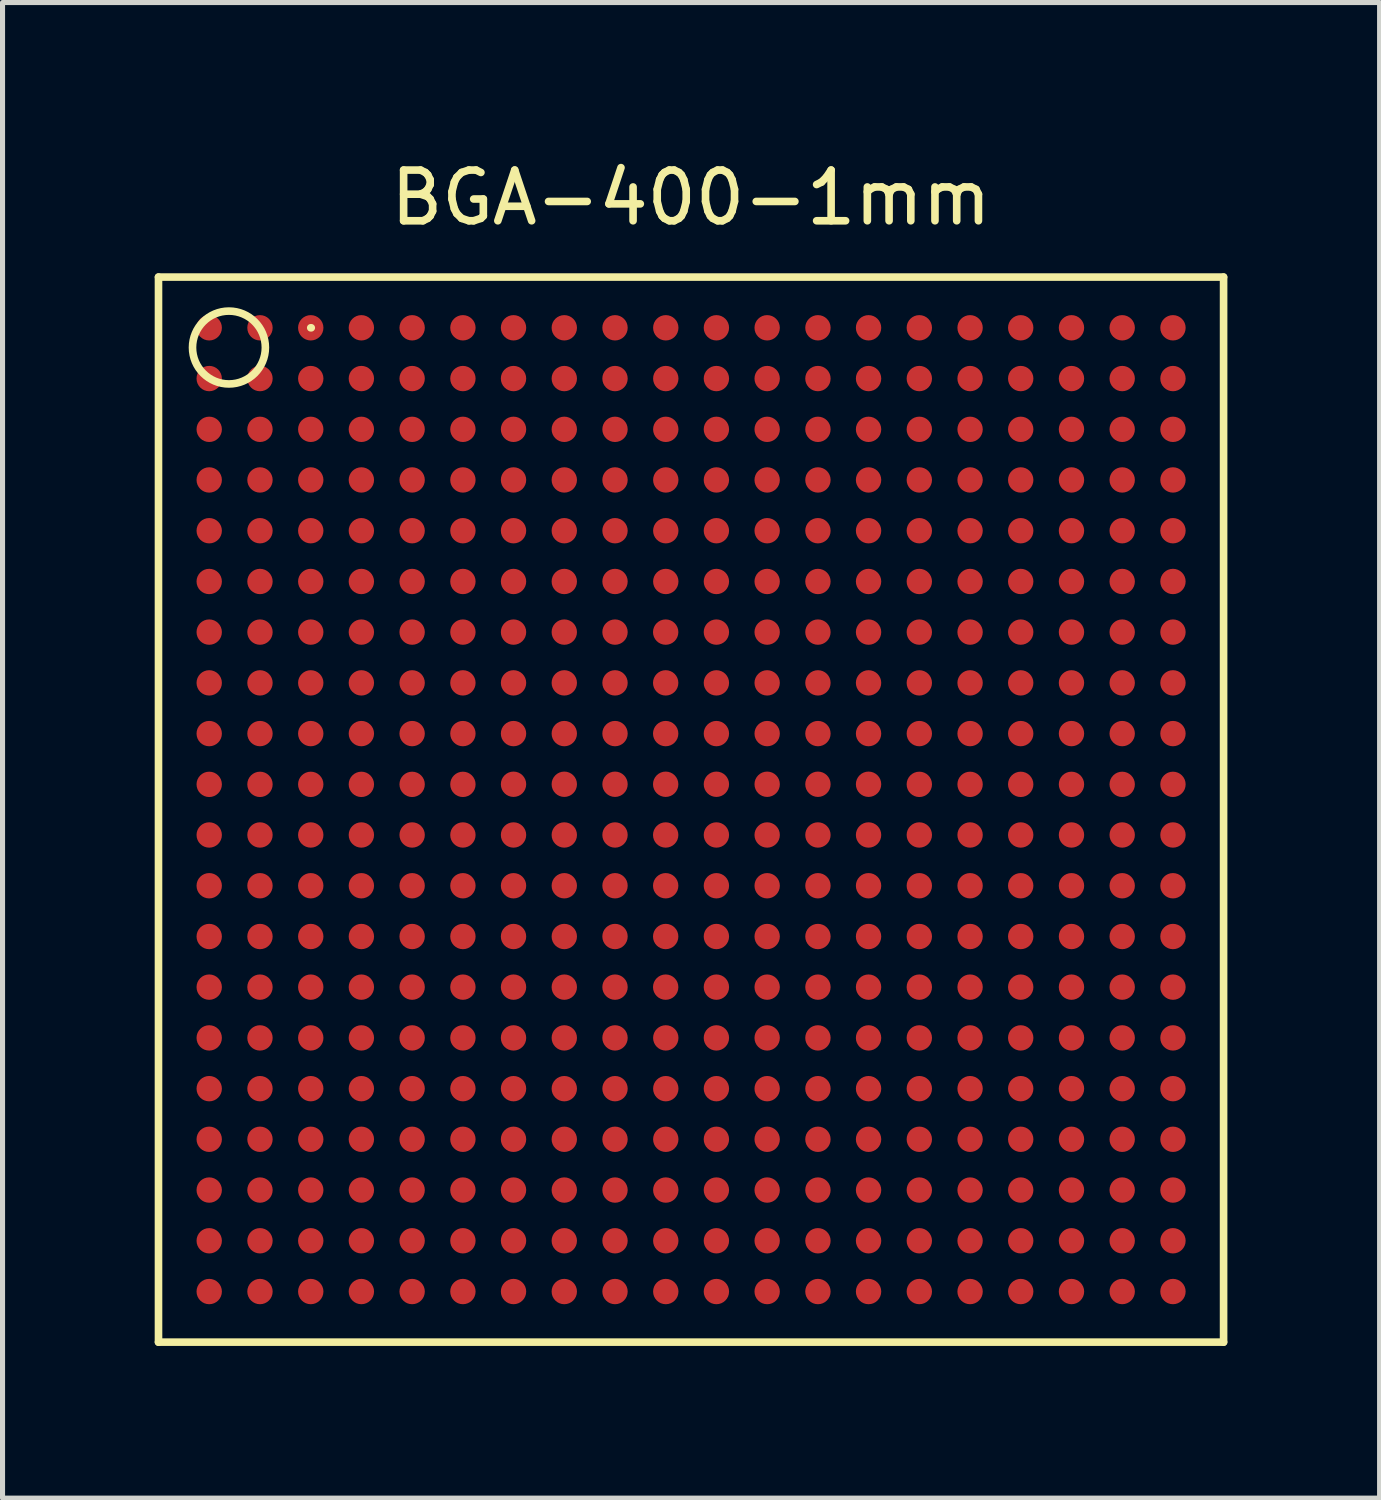
<source format=kicad_pcb>
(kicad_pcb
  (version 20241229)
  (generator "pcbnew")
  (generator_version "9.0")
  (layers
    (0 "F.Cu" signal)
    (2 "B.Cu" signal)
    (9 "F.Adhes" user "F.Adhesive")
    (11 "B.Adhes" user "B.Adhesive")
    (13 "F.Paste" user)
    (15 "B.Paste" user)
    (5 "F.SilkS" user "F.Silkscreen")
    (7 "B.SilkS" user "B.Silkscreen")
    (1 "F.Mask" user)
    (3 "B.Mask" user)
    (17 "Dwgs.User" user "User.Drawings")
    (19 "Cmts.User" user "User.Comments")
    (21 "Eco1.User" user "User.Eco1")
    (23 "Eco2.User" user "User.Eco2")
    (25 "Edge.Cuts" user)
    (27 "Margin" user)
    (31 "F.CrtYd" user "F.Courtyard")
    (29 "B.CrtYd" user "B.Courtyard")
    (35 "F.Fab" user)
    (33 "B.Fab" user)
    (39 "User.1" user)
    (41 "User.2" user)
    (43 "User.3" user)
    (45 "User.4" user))
  (footprint "BGA-400-1mm"
    (layer "F.Cu")
    (at 10.575 12.913)
    (property "Reference" "BGA-400-1mm" (at 0 -12.065 0) (layer "F.SilkS") (effects (font (size 1 1) (thickness 0.15))))
    (attr smd)
    (fp_line (start -10.5 -10.5) (end 10.5 -10.5) (stroke (width 0.15) (type solid)) (layer "F.SilkS"))
    (fp_line (start -10.5 10.5) (end -10.5 -10.5) (stroke (width 0.15) (type solid)) (layer "F.SilkS"))
    (fp_line (start -7.498 -9.5) (end -7.488 -9.5) (stroke (width 0.15) (type solid)) (layer "F.SilkS"))
    (fp_line (start 10.5 -10.5) (end 10.5 10.5) (stroke (width 0.15) (type solid)) (layer "F.SilkS"))
    (fp_line (start 10.5 10.5) (end -10.5 10.5) (stroke (width 0.15) (type solid)) (layer "F.SilkS"))
    (fp_circle (center -9.111 -9.111) (end -8.603 -9.619) (stroke (width 0.15) (type solid)) (fill no) (layer "F.SilkS"))
    (pad "A1" smd circle (at -9.5 -9.5) (size 0.5 0.5) (layers "F.Cu" "F.Mask" "F.Paste"))
    (pad "A2" smd circle (at -8.499 -9.5) (size 0.5 0.5) (layers "F.Cu" "F.Mask" "F.Paste"))
    (pad "A3" smd circle (at -7.498 -9.5) (size 0.5 0.5) (layers "F.Cu" "F.Mask" "F.Paste"))
    (pad "A4" smd circle (at -6.5 -9.5) (size 0.5 0.5) (layers "F.Cu" "F.Mask" "F.Paste"))
    (pad "A5" smd circle (at -5.499 -9.5) (size 0.5 0.5) (layers "F.Cu" "F.Mask" "F.Paste"))
    (pad "A6" smd circle (at -4.498 -9.5) (size 0.5 0.5) (layers "F.Cu" "F.Mask" "F.Paste"))
    (pad "A7" smd circle (at -3.5 -9.5) (size 0.5 0.5) (layers "F.Cu" "F.Mask" "F.Paste"))
    (pad "A8" smd circle (at -2.499 -9.5) (size 0.5 0.5) (layers "F.Cu" "F.Mask" "F.Paste"))
    (pad "A9" smd circle (at -1.499 -9.5) (size 0.5 0.5) (layers "F.Cu" "F.Mask" "F.Paste"))
    (pad "A10" smd circle (at -0.498 -9.5) (size 0.5 0.5) (layers "F.Cu" "F.Mask" "F.Paste"))
    (pad "A11" smd circle (at 0.5 -9.5) (size 0.5 0.5) (layers "F.Cu" "F.Mask" "F.Paste"))
    (pad "A12" smd circle (at 1.501 -9.5) (size 0.5 0.5) (layers "F.Cu" "F.Mask" "F.Paste"))
    (pad "A13" smd circle (at 2.502 -9.5) (size 0.5 0.5) (layers "F.Cu" "F.Mask" "F.Paste"))
    (pad "A14" smd circle (at 3.5 -9.5) (size 0.5 0.5) (layers "F.Cu" "F.Mask" "F.Paste"))
    (pad "A15" smd circle (at 4.501 -9.5) (size 0.5 0.5) (layers "F.Cu" "F.Mask" "F.Paste"))
    (pad "A16" smd circle (at 5.502 -9.5) (size 0.5 0.5) (layers "F.Cu" "F.Mask" "F.Paste"))
    (pad "A17" smd circle (at 6.5 -9.5) (size 0.5 0.5) (layers "F.Cu" "F.Mask" "F.Paste"))
    (pad "A18" smd circle (at 7.501 -9.5) (size 0.5 0.5) (layers "F.Cu" "F.Mask" "F.Paste"))
    (pad "A19" smd circle (at 8.501 -9.5) (size 0.5 0.5) (layers "F.Cu" "F.Mask" "F.Paste"))
    (pad "A20" smd circle (at 9.502 -9.5) (size 0.5 0.5) (layers "F.Cu" "F.Mask" "F.Paste"))
    (pad "B1" smd circle (at -9.5 -8.499) (size 0.5 0.5) (layers "F.Cu" "F.Mask" "F.Paste"))
    (pad "B2" smd circle (at -8.499 -8.499) (size 0.5 0.5) (layers "F.Cu" "F.Mask" "F.Paste"))
    (pad "B3" smd circle (at -7.498 -8.499) (size 0.5 0.5) (layers "F.Cu" "F.Mask" "F.Paste"))
    (pad "B4" smd circle (at -6.5 -8.499) (size 0.5 0.5) (layers "F.Cu" "F.Mask" "F.Paste"))
    (pad "B5" smd circle (at -5.499 -8.499) (size 0.5 0.5) (layers "F.Cu" "F.Mask" "F.Paste"))
    (pad "B6" smd circle (at -4.498 -8.499) (size 0.5 0.5) (layers "F.Cu" "F.Mask" "F.Paste"))
    (pad "B7" smd circle (at -3.5 -8.499) (size 0.5 0.5) (layers "F.Cu" "F.Mask" "F.Paste"))
    (pad "B8" smd circle (at -2.499 -8.499) (size 0.5 0.5) (layers "F.Cu" "F.Mask" "F.Paste"))
    (pad "B9" smd circle (at -1.499 -8.499) (size 0.5 0.5) (layers "F.Cu" "F.Mask" "F.Paste"))
    (pad "B10" smd circle (at -0.498 -8.499) (size 0.5 0.5) (layers "F.Cu" "F.Mask" "F.Paste"))
    (pad "B11" smd circle (at 0.5 -8.499) (size 0.5 0.5) (layers "F.Cu" "F.Mask" "F.Paste"))
    (pad "B12" smd circle (at 1.501 -8.499) (size 0.5 0.5) (layers "F.Cu" "F.Mask" "F.Paste"))
    (pad "B13" smd circle (at 2.502 -8.499) (size 0.5 0.5) (layers "F.Cu" "F.Mask" "F.Paste"))
    (pad "B14" smd circle (at 3.5 -8.499) (size 0.5 0.5) (layers "F.Cu" "F.Mask" "F.Paste"))
    (pad "B15" smd circle (at 4.501 -8.499) (size 0.5 0.5) (layers "F.Cu" "F.Mask" "F.Paste"))
    (pad "B16" smd circle (at 5.502 -8.499) (size 0.5 0.5) (layers "F.Cu" "F.Mask" "F.Paste"))
    (pad "B17" smd circle (at 6.5 -8.499) (size 0.5 0.5) (layers "F.Cu" "F.Mask" "F.Paste"))
    (pad "B18" smd circle (at 7.501 -8.499) (size 0.5 0.5) (layers "F.Cu" "F.Mask" "F.Paste"))
    (pad "B19" smd circle (at 8.501 -8.499) (size 0.5 0.5) (layers "F.Cu" "F.Mask" "F.Paste"))
    (pad "B20" smd circle (at 9.502 -8.499) (size 0.5 0.5) (layers "F.Cu" "F.Mask" "F.Paste"))
    (pad "C1" smd circle (at -9.5 -7.498) (size 0.5 0.5) (layers "F.Cu" "F.Mask" "F.Paste"))
    (pad "C2" smd circle (at -8.499 -7.498) (size 0.5 0.5) (layers "F.Cu" "F.Mask" "F.Paste"))
    (pad "C3" smd circle (at -7.498 -7.498) (size 0.5 0.5) (layers "F.Cu" "F.Mask" "F.Paste"))
    (pad "C4" smd circle (at -6.5 -7.498) (size 0.5 0.5) (layers "F.Cu" "F.Mask" "F.Paste"))
    (pad "C5" smd circle (at -5.499 -7.498) (size 0.5 0.5) (layers "F.Cu" "F.Mask" "F.Paste"))
    (pad "C6" smd circle (at -4.498 -7.498) (size 0.5 0.5) (layers "F.Cu" "F.Mask" "F.Paste"))
    (pad "C7" smd circle (at -3.5 -7.498) (size 0.5 0.5) (layers "F.Cu" "F.Mask" "F.Paste"))
    (pad "C8" smd circle (at -2.499 -7.498) (size 0.5 0.5) (layers "F.Cu" "F.Mask" "F.Paste"))
    (pad "C9" smd circle (at -1.499 -7.498) (size 0.5 0.5) (layers "F.Cu" "F.Mask" "F.Paste"))
    (pad "C10" smd circle (at -0.498 -7.498) (size 0.5 0.5) (layers "F.Cu" "F.Mask" "F.Paste"))
    (pad "C11" smd circle (at 0.5 -7.498) (size 0.5 0.5) (layers "F.Cu" "F.Mask" "F.Paste"))
    (pad "C12" smd circle (at 1.501 -7.498) (size 0.5 0.5) (layers "F.Cu" "F.Mask" "F.Paste"))
    (pad "C13" smd circle (at 2.502 -7.498) (size 0.5 0.5) (layers "F.Cu" "F.Mask" "F.Paste"))
    (pad "C14" smd circle (at 3.5 -7.498) (size 0.5 0.5) (layers "F.Cu" "F.Mask" "F.Paste"))
    (pad "C15" smd circle (at 4.501 -7.498) (size 0.5 0.5) (layers "F.Cu" "F.Mask" "F.Paste"))
    (pad "C16" smd circle (at 5.502 -7.498) (size 0.5 0.5) (layers "F.Cu" "F.Mask" "F.Paste"))
    (pad "C17" smd circle (at 6.5 -7.498) (size 0.5 0.5) (layers "F.Cu" "F.Mask" "F.Paste"))
    (pad "C18" smd circle (at 7.501 -7.498) (size 0.5 0.5) (layers "F.Cu" "F.Mask" "F.Paste"))
    (pad "C19" smd circle (at 8.501 -7.498) (size 0.5 0.5) (layers "F.Cu" "F.Mask" "F.Paste"))
    (pad "C20" smd circle (at 9.502 -7.498) (size 0.5 0.5) (layers "F.Cu" "F.Mask" "F.Paste"))
    (pad "D1" smd circle (at -9.5 -6.5) (size 0.5 0.5) (layers "F.Cu" "F.Mask" "F.Paste"))
    (pad "D2" smd circle (at -8.499 -6.5) (size 0.5 0.5) (layers "F.Cu" "F.Mask" "F.Paste"))
    (pad "D3" smd circle (at -7.498 -6.5) (size 0.5 0.5) (layers "F.Cu" "F.Mask" "F.Paste"))
    (pad "D4" smd circle (at -6.5 -6.5) (size 0.5 0.5) (layers "F.Cu" "F.Mask" "F.Paste"))
    (pad "D5" smd circle (at -5.499 -6.5) (size 0.5 0.5) (layers "F.Cu" "F.Mask" "F.Paste"))
    (pad "D6" smd circle (at -4.498 -6.5) (size 0.5 0.5) (layers "F.Cu" "F.Mask" "F.Paste"))
    (pad "D7" smd circle (at -3.5 -6.5) (size 0.5 0.5) (layers "F.Cu" "F.Mask" "F.Paste"))
    (pad "D8" smd circle (at -2.499 -6.5) (size 0.5 0.5) (layers "F.Cu" "F.Mask" "F.Paste"))
    (pad "D9" smd circle (at -1.499 -6.5) (size 0.5 0.5) (layers "F.Cu" "F.Mask" "F.Paste"))
    (pad "D10" smd circle (at -0.498 -6.5) (size 0.5 0.5) (layers "F.Cu" "F.Mask" "F.Paste"))
    (pad "D11" smd circle (at 0.5 -6.5) (size 0.5 0.5) (layers "F.Cu" "F.Mask" "F.Paste"))
    (pad "D12" smd circle (at 1.501 -6.5) (size 0.5 0.5) (layers "F.Cu" "F.Mask" "F.Paste"))
    (pad "D13" smd circle (at 2.502 -6.5) (size 0.5 0.5) (layers "F.Cu" "F.Mask" "F.Paste"))
    (pad "D14" smd circle (at 3.5 -6.5) (size 0.5 0.5) (layers "F.Cu" "F.Mask" "F.Paste"))
    (pad "D15" smd circle (at 4.501 -6.5) (size 0.5 0.5) (layers "F.Cu" "F.Mask" "F.Paste"))
    (pad "D16" smd circle (at 5.502 -6.5) (size 0.5 0.5) (layers "F.Cu" "F.Mask" "F.Paste"))
    (pad "D17" smd circle (at 6.5 -6.5) (size 0.5 0.5) (layers "F.Cu" "F.Mask" "F.Paste"))
    (pad "D18" smd circle (at 7.501 -6.5) (size 0.5 0.5) (layers "F.Cu" "F.Mask" "F.Paste"))
    (pad "D19" smd circle (at 8.501 -6.5) (size 0.5 0.5) (layers "F.Cu" "F.Mask" "F.Paste"))
    (pad "D20" smd circle (at 9.502 -6.5) (size 0.5 0.5) (layers "F.Cu" "F.Mask" "F.Paste"))
    (pad "E1" smd circle (at -9.5 -5.499) (size 0.5 0.5) (layers "F.Cu" "F.Mask" "F.Paste"))
    (pad "E2" smd circle (at -8.499 -5.499) (size 0.5 0.5) (layers "F.Cu" "F.Mask" "F.Paste"))
    (pad "E3" smd circle (at -7.498 -5.499) (size 0.5 0.5) (layers "F.Cu" "F.Mask" "F.Paste"))
    (pad "E4" smd circle (at -6.5 -5.499) (size 0.5 0.5) (layers "F.Cu" "F.Mask" "F.Paste"))
    (pad "E5" smd circle (at -5.499 -5.499) (size 0.5 0.5) (layers "F.Cu" "F.Mask" "F.Paste"))
    (pad "E6" smd circle (at -4.498 -5.499) (size 0.5 0.5) (layers "F.Cu" "F.Mask" "F.Paste"))
    (pad "E7" smd circle (at -3.5 -5.499) (size 0.5 0.5) (layers "F.Cu" "F.Mask" "F.Paste"))
    (pad "E8" smd circle (at -2.499 -5.499) (size 0.5 0.5) (layers "F.Cu" "F.Mask" "F.Paste"))
    (pad "E9" smd circle (at -1.499 -5.499) (size 0.5 0.5) (layers "F.Cu" "F.Mask" "F.Paste"))
    (pad "E10" smd circle (at -0.498 -5.499) (size 0.5 0.5) (layers "F.Cu" "F.Mask" "F.Paste"))
    (pad "E11" smd circle (at 0.5 -5.499) (size 0.5 0.5) (layers "F.Cu" "F.Mask" "F.Paste"))
    (pad "E12" smd circle (at 1.501 -5.499) (size 0.5 0.5) (layers "F.Cu" "F.Mask" "F.Paste"))
    (pad "E13" smd circle (at 2.502 -5.499) (size 0.5 0.5) (layers "F.Cu" "F.Mask" "F.Paste"))
    (pad "E14" smd circle (at 3.5 -5.499) (size 0.5 0.5) (layers "F.Cu" "F.Mask" "F.Paste"))
    (pad "E15" smd circle (at 4.501 -5.499) (size 0.5 0.5) (layers "F.Cu" "F.Mask" "F.Paste"))
    (pad "E16" smd circle (at 5.502 -5.499) (size 0.5 0.5) (layers "F.Cu" "F.Mask" "F.Paste"))
    (pad "E17" smd circle (at 6.5 -5.499) (size 0.5 0.5) (layers "F.Cu" "F.Mask" "F.Paste"))
    (pad "E18" smd circle (at 7.501 -5.499) (size 0.5 0.5) (layers "F.Cu" "F.Mask" "F.Paste"))
    (pad "E19" smd circle (at 8.501 -5.499) (size 0.5 0.5) (layers "F.Cu" "F.Mask" "F.Paste"))
    (pad "E20" smd circle (at 9.502 -5.499) (size 0.5 0.5) (layers "F.Cu" "F.Mask" "F.Paste"))
    (pad "F1" smd circle (at -9.5 -4.498) (size 0.5 0.5) (layers "F.Cu" "F.Mask" "F.Paste"))
    (pad "F2" smd circle (at -8.499 -4.498) (size 0.5 0.5) (layers "F.Cu" "F.Mask" "F.Paste"))
    (pad "F3" smd circle (at -7.498 -4.498) (size 0.5 0.5) (layers "F.Cu" "F.Mask" "F.Paste"))
    (pad "F4" smd circle (at -6.5 -4.498) (size 0.5 0.5) (layers "F.Cu" "F.Mask" "F.Paste"))
    (pad "F5" smd circle (at -5.499 -4.498) (size 0.5 0.5) (layers "F.Cu" "F.Mask" "F.Paste"))
    (pad "F6" smd circle (at -4.498 -4.498) (size 0.5 0.5) (layers "F.Cu" "F.Mask" "F.Paste"))
    (pad "F7" smd circle (at -3.5 -4.498) (size 0.5 0.5) (layers "F.Cu" "F.Mask" "F.Paste"))
    (pad "F8" smd circle (at -2.499 -4.498) (size 0.5 0.5) (layers "F.Cu" "F.Mask" "F.Paste"))
    (pad "F9" smd circle (at -1.499 -4.498) (size 0.5 0.5) (layers "F.Cu" "F.Mask" "F.Paste"))
    (pad "F10" smd circle (at -0.498 -4.498) (size 0.5 0.5) (layers "F.Cu" "F.Mask" "F.Paste"))
    (pad "F11" smd circle (at 0.5 -4.498) (size 0.5 0.5) (layers "F.Cu" "F.Mask" "F.Paste"))
    (pad "F12" smd circle (at 1.501 -4.498) (size 0.5 0.5) (layers "F.Cu" "F.Mask" "F.Paste"))
    (pad "F13" smd circle (at 2.502 -4.498) (size 0.5 0.5) (layers "F.Cu" "F.Mask" "F.Paste"))
    (pad "F14" smd circle (at 3.5 -4.498) (size 0.5 0.5) (layers "F.Cu" "F.Mask" "F.Paste"))
    (pad "F15" smd circle (at 4.501 -4.498) (size 0.5 0.5) (layers "F.Cu" "F.Mask" "F.Paste"))
    (pad "F16" smd circle (at 5.502 -4.498) (size 0.5 0.5) (layers "F.Cu" "F.Mask" "F.Paste"))
    (pad "F17" smd circle (at 6.5 -4.498) (size 0.5 0.5) (layers "F.Cu" "F.Mask" "F.Paste"))
    (pad "F18" smd circle (at 7.501 -4.498) (size 0.5 0.5) (layers "F.Cu" "F.Mask" "F.Paste"))
    (pad "F19" smd circle (at 8.501 -4.498) (size 0.5 0.5) (layers "F.Cu" "F.Mask" "F.Paste"))
    (pad "F20" smd circle (at 9.502 -4.498) (size 0.5 0.5) (layers "F.Cu" "F.Mask" "F.Paste"))
    (pad "G1" smd circle (at -9.5 -3.5) (size 0.5 0.5) (layers "F.Cu" "F.Mask" "F.Paste"))
    (pad "G2" smd circle (at -8.499 -3.5) (size 0.5 0.5) (layers "F.Cu" "F.Mask" "F.Paste"))
    (pad "G3" smd circle (at -7.498 -3.5) (size 0.5 0.5) (layers "F.Cu" "F.Mask" "F.Paste"))
    (pad "G4" smd circle (at -6.5 -3.5) (size 0.5 0.5) (layers "F.Cu" "F.Mask" "F.Paste"))
    (pad "G5" smd circle (at -5.499 -3.5) (size 0.5 0.5) (layers "F.Cu" "F.Mask" "F.Paste"))
    (pad "G6" smd circle (at -4.498 -3.5) (size 0.5 0.5) (layers "F.Cu" "F.Mask" "F.Paste"))
    (pad "G7" smd circle (at -3.5 -3.5) (size 0.5 0.5) (layers "F.Cu" "F.Mask" "F.Paste"))
    (pad "G8" smd circle (at -2.499 -3.5) (size 0.5 0.5) (layers "F.Cu" "F.Mask" "F.Paste"))
    (pad "G9" smd circle (at -1.499 -3.5) (size 0.5 0.5) (layers "F.Cu" "F.Mask" "F.Paste"))
    (pad "G10" smd circle (at -0.5 -3.5) (size 0.5 0.5) (layers "F.Cu" "F.Mask" "F.Paste"))
    (pad "G11" smd circle (at 0.5 -3.5) (size 0.5 0.5) (layers "F.Cu" "F.Mask" "F.Paste"))
    (pad "G12" smd circle (at 1.501 -3.5) (size 0.5 0.5) (layers "F.Cu" "F.Mask" "F.Paste"))
    (pad "G13" smd circle (at 2.502 -3.5) (size 0.5 0.5) (layers "F.Cu" "F.Mask" "F.Paste"))
    (pad "G14" smd circle (at 3.5 -3.5) (size 0.5 0.5) (layers "F.Cu" "F.Mask" "F.Paste"))
    (pad "G15" smd circle (at 4.501 -3.5) (size 0.5 0.5) (layers "F.Cu" "F.Mask" "F.Paste"))
    (pad "G16" smd circle (at 5.502 -3.5) (size 0.5 0.5) (layers "F.Cu" "F.Mask" "F.Paste"))
    (pad "G17" smd circle (at 6.5 -3.5) (size 0.5 0.5) (layers "F.Cu" "F.Mask" "F.Paste"))
    (pad "G18" smd circle (at 7.501 -3.5) (size 0.5 0.5) (layers "F.Cu" "F.Mask" "F.Paste"))
    (pad "G19" smd circle (at 8.501 -3.5) (size 0.5 0.5) (layers "F.Cu" "F.Mask" "F.Paste"))
    (pad "G20" smd circle (at 9.502 -3.5) (size 0.5 0.5) (layers "F.Cu" "F.Mask" "F.Paste"))
    (pad "H1" smd circle (at -9.5 -2.499) (size 0.5 0.5) (layers "F.Cu" "F.Mask" "F.Paste"))
    (pad "H2" smd circle (at -8.499 -2.499) (size 0.5 0.5) (layers "F.Cu" "F.Mask" "F.Paste"))
    (pad "H3" smd circle (at -7.498 -2.499) (size 0.5 0.5) (layers "F.Cu" "F.Mask" "F.Paste"))
    (pad "H4" smd circle (at -6.5 -2.499) (size 0.5 0.5) (layers "F.Cu" "F.Mask" "F.Paste"))
    (pad "H5" smd circle (at -5.499 -2.499) (size 0.5 0.5) (layers "F.Cu" "F.Mask" "F.Paste"))
    (pad "H6" smd circle (at -4.498 -2.499) (size 0.5 0.5) (layers "F.Cu" "F.Mask" "F.Paste"))
    (pad "H7" smd circle (at -3.5 -2.499) (size 0.5 0.5) (layers "F.Cu" "F.Mask" "F.Paste"))
    (pad "H8" smd circle (at -2.499 -2.499) (size 0.5 0.5) (layers "F.Cu" "F.Mask" "F.Paste"))
    (pad "H9" smd circle (at -1.499 -2.499) (size 0.5 0.5) (layers "F.Cu" "F.Mask" "F.Paste"))
    (pad "H10" smd circle (at -0.5 -2.499) (size 0.5 0.5) (layers "F.Cu" "F.Mask" "F.Paste"))
    (pad "H11" smd circle (at 0.5 -2.499) (size 0.5 0.5) (layers "F.Cu" "F.Mask" "F.Paste"))
    (pad "H12" smd circle (at 1.501 -2.499) (size 0.5 0.5) (layers "F.Cu" "F.Mask" "F.Paste"))
    (pad "H13" smd circle (at 2.502 -2.499) (size 0.5 0.5) (layers "F.Cu" "F.Mask" "F.Paste"))
    (pad "H14" smd circle (at 3.5 -2.499) (size 0.5 0.5) (layers "F.Cu" "F.Mask" "F.Paste"))
    (pad "H15" smd circle (at 4.501 -2.499) (size 0.5 0.5) (layers "F.Cu" "F.Mask" "F.Paste"))
    (pad "H16" smd circle (at 5.502 -2.499) (size 0.5 0.5) (layers "F.Cu" "F.Mask" "F.Paste"))
    (pad "H17" smd circle (at 6.5 -2.499) (size 0.5 0.5) (layers "F.Cu" "F.Mask" "F.Paste"))
    (pad "H18" smd circle (at 7.501 -2.499) (size 0.5 0.5) (layers "F.Cu" "F.Mask" "F.Paste"))
    (pad "H19" smd circle (at 8.501 -2.499) (size 0.5 0.5) (layers "F.Cu" "F.Mask" "F.Paste"))
    (pad "H20" smd circle (at 9.502 -2.499) (size 0.5 0.5) (layers "F.Cu" "F.Mask" "F.Paste"))
    (pad "J1" smd circle (at -9.5 -1.499) (size 0.5 0.5) (layers "F.Cu" "F.Mask" "F.Paste"))
    (pad "J2" smd circle (at -8.499 -1.499) (size 0.5 0.5) (layers "F.Cu" "F.Mask" "F.Paste"))
    (pad "J3" smd circle (at -7.498 -1.499) (size 0.5 0.5) (layers "F.Cu" "F.Mask" "F.Paste"))
    (pad "J4" smd circle (at -6.5 -1.499) (size 0.5 0.5) (layers "F.Cu" "F.Mask" "F.Paste"))
    (pad "J5" smd circle (at -5.499 -1.499) (size 0.5 0.5) (layers "F.Cu" "F.Mask" "F.Paste"))
    (pad "J6" smd circle (at -4.498 -1.499) (size 0.5 0.5) (layers "F.Cu" "F.Mask" "F.Paste"))
    (pad "J7" smd circle (at -3.5 -1.499) (size 0.5 0.5) (layers "F.Cu" "F.Mask" "F.Paste"))
    (pad "J8" smd circle (at -2.499 -1.499) (size 0.5 0.5) (layers "F.Cu" "F.Mask" "F.Paste"))
    (pad "J9" smd circle (at -1.499 -1.499) (size 0.5 0.5) (layers "F.Cu" "F.Mask" "F.Paste"))
    (pad "J10" smd circle (at -0.5 -1.499) (size 0.5 0.5) (layers "F.Cu" "F.Mask" "F.Paste"))
    (pad "J11" smd circle (at 0.5 -1.499) (size 0.5 0.5) (layers "F.Cu" "F.Mask" "F.Paste"))
    (pad "J12" smd circle (at 1.501 -1.499) (size 0.5 0.5) (layers "F.Cu" "F.Mask" "F.Paste"))
    (pad "J13" smd circle (at 2.502 -1.499) (size 0.5 0.5) (layers "F.Cu" "F.Mask" "F.Paste"))
    (pad "J14" smd circle (at 3.5 -1.499) (size 0.5 0.5) (layers "F.Cu" "F.Mask" "F.Paste"))
    (pad "J15" smd circle (at 4.501 -1.499) (size 0.5 0.5) (layers "F.Cu" "F.Mask" "F.Paste"))
    (pad "J16" smd circle (at 5.502 -1.499) (size 0.5 0.5) (layers "F.Cu" "F.Mask" "F.Paste"))
    (pad "J17" smd circle (at 6.5 -1.499) (size 0.5 0.5) (layers "F.Cu" "F.Mask" "F.Paste"))
    (pad "J18" smd circle (at 7.501 -1.499) (size 0.5 0.5) (layers "F.Cu" "F.Mask" "F.Paste"))
    (pad "J19" smd circle (at 8.501 -1.499) (size 0.5 0.5) (layers "F.Cu" "F.Mask" "F.Paste"))
    (pad "J20" smd circle (at 9.502 -1.499) (size 0.5 0.5) (layers "F.Cu" "F.Mask" "F.Paste"))
    (pad "K1" smd circle (at -9.5 -0.498) (size 0.5 0.5) (layers "F.Cu" "F.Mask" "F.Paste"))
    (pad "K2" smd circle (at -8.499 -0.498) (size 0.5 0.5) (layers "F.Cu" "F.Mask" "F.Paste"))
    (pad "K3" smd circle (at -7.498 -0.498) (size 0.5 0.5) (layers "F.Cu" "F.Mask" "F.Paste"))
    (pad "K4" smd circle (at -6.5 -0.498) (size 0.5 0.5) (layers "F.Cu" "F.Mask" "F.Paste"))
    (pad "K5" smd circle (at -5.499 -0.498) (size 0.5 0.5) (layers "F.Cu" "F.Mask" "F.Paste"))
    (pad "K6" smd circle (at -4.498 -0.498) (size 0.5 0.5) (layers "F.Cu" "F.Mask" "F.Paste"))
    (pad "K7" smd circle (at -3.5 -0.5) (size 0.5 0.5) (layers "F.Cu" "F.Mask" "F.Paste"))
    (pad "K8" smd circle (at -2.499 -0.5) (size 0.5 0.5) (layers "F.Cu" "F.Mask" "F.Paste"))
    (pad "K9" smd circle (at -1.499 -0.5) (size 0.5 0.5) (layers "F.Cu" "F.Mask" "F.Paste"))
    (pad "K10" smd circle (at -0.5 -0.5) (size 0.5 0.5) (layers "F.Cu" "F.Mask" "F.Paste"))
    (pad "K11" smd circle (at 0.5 -0.5) (size 0.5 0.5) (layers "F.Cu" "F.Mask" "F.Paste"))
    (pad "K12" smd circle (at 1.501 -0.5) (size 0.5 0.5) (layers "F.Cu" "F.Mask" "F.Paste"))
    (pad "K13" smd circle (at 2.502 -0.5) (size 0.5 0.5) (layers "F.Cu" "F.Mask" "F.Paste"))
    (pad "K14" smd circle (at 3.5 -0.5) (size 0.5 0.5) (layers "F.Cu" "F.Mask" "F.Paste"))
    (pad "K15" smd circle (at 4.501 -0.498) (size 0.5 0.5) (layers "F.Cu" "F.Mask" "F.Paste"))
    (pad "K16" smd circle (at 5.502 -0.498) (size 0.5 0.5) (layers "F.Cu" "F.Mask" "F.Paste"))
    (pad "K17" smd circle (at 6.5 -0.498) (size 0.5 0.5) (layers "F.Cu" "F.Mask" "F.Paste"))
    (pad "K18" smd circle (at 7.501 -0.498) (size 0.5 0.5) (layers "F.Cu" "F.Mask" "F.Paste"))
    (pad "K19" smd circle (at 8.501 -0.498) (size 0.5 0.5) (layers "F.Cu" "F.Mask" "F.Paste"))
    (pad "K20" smd circle (at 9.502 -0.498) (size 0.5 0.5) (layers "F.Cu" "F.Mask" "F.Paste"))
    (pad "L1" smd circle (at -9.5 0.5) (size 0.5 0.5) (layers "F.Cu" "F.Mask" "F.Paste"))
    (pad "L2" smd circle (at -8.499 0.5) (size 0.5 0.5) (layers "F.Cu" "F.Mask" "F.Paste"))
    (pad "L3" smd circle (at -7.498 0.5) (size 0.5 0.5) (layers "F.Cu" "F.Mask" "F.Paste"))
    (pad "L4" smd circle (at -6.5 0.5) (size 0.5 0.5) (layers "F.Cu" "F.Mask" "F.Paste"))
    (pad "L5" smd circle (at -5.499 0.5) (size 0.5 0.5) (layers "F.Cu" "F.Mask" "F.Paste"))
    (pad "L6" smd circle (at -4.498 0.5) (size 0.5 0.5) (layers "F.Cu" "F.Mask" "F.Paste"))
    (pad "L7" smd circle (at -3.5 0.5) (size 0.5 0.5) (layers "F.Cu" "F.Mask" "F.Paste"))
    (pad "L8" smd circle (at -2.499 0.5) (size 0.5 0.5) (layers "F.Cu" "F.Mask" "F.Paste"))
    (pad "L9" smd circle (at -1.499 0.5) (size 0.5 0.5) (layers "F.Cu" "F.Mask" "F.Paste"))
    (pad "L10" smd circle (at -0.5 0.5) (size 0.5 0.5) (layers "F.Cu" "F.Mask" "F.Paste"))
    (pad "L11" smd circle (at 0.5 0.5) (size 0.5 0.5) (layers "F.Cu" "F.Mask" "F.Paste"))
    (pad "L12" smd circle (at 1.501 0.5) (size 0.5 0.5) (layers "F.Cu" "F.Mask" "F.Paste"))
    (pad "L13" smd circle (at 2.502 0.5) (size 0.5 0.5) (layers "F.Cu" "F.Mask" "F.Paste"))
    (pad "L14" smd circle (at 3.5 0.5) (size 0.5 0.5) (layers "F.Cu" "F.Mask" "F.Paste"))
    (pad "L15" smd circle (at 4.501 0.5) (size 0.5 0.5) (layers "F.Cu" "F.Mask" "F.Paste"))
    (pad "L16" smd circle (at 5.502 0.5) (size 0.5 0.5) (layers "F.Cu" "F.Mask" "F.Paste"))
    (pad "L17" smd circle (at 6.5 0.5) (size 0.5 0.5) (layers "F.Cu" "F.Mask" "F.Paste"))
    (pad "L18" smd circle (at 7.501 0.5) (size 0.5 0.5) (layers "F.Cu" "F.Mask" "F.Paste"))
    (pad "L19" smd circle (at 8.501 0.5) (size 0.5 0.5) (layers "F.Cu" "F.Mask" "F.Paste"))
    (pad "L20" smd circle (at 9.502 0.5) (size 0.5 0.5) (layers "F.Cu" "F.Mask" "F.Paste"))
    (pad "M1" smd circle (at -9.5 1.501) (size 0.5 0.5) (layers "F.Cu" "F.Mask" "F.Paste"))
    (pad "M2" smd circle (at -8.499 1.501) (size 0.5 0.5) (layers "F.Cu" "F.Mask" "F.Paste"))
    (pad "M3" smd circle (at -7.498 1.501) (size 0.5 0.5) (layers "F.Cu" "F.Mask" "F.Paste"))
    (pad "M4" smd circle (at -6.5 1.501) (size 0.5 0.5) (layers "F.Cu" "F.Mask" "F.Paste"))
    (pad "M5" smd circle (at -5.499 1.501) (size 0.5 0.5) (layers "F.Cu" "F.Mask" "F.Paste"))
    (pad "M6" smd circle (at -4.498 1.501) (size 0.5 0.5) (layers "F.Cu" "F.Mask" "F.Paste"))
    (pad "M7" smd circle (at -3.5 1.501) (size 0.5 0.5) (layers "F.Cu" "F.Mask" "F.Paste"))
    (pad "M8" smd circle (at -2.499 1.501) (size 0.5 0.5) (layers "F.Cu" "F.Mask" "F.Paste"))
    (pad "M9" smd circle (at -1.499 1.501) (size 0.5 0.5) (layers "F.Cu" "F.Mask" "F.Paste"))
    (pad "M10" smd circle (at -0.5 1.501) (size 0.5 0.5) (layers "F.Cu" "F.Mask" "F.Paste"))
    (pad "M11" smd circle (at 0.5 1.501) (size 0.5 0.5) (layers "F.Cu" "F.Mask" "F.Paste"))
    (pad "M12" smd circle (at 1.501 1.501) (size 0.5 0.5) (layers "F.Cu" "F.Mask" "F.Paste"))
    (pad "M13" smd circle (at 2.502 1.501) (size 0.5 0.5) (layers "F.Cu" "F.Mask" "F.Paste"))
    (pad "M14" smd circle (at 3.5 1.501) (size 0.5 0.5) (layers "F.Cu" "F.Mask" "F.Paste"))
    (pad "M15" smd circle (at 4.501 1.501) (size 0.5 0.5) (layers "F.Cu" "F.Mask" "F.Paste"))
    (pad "M16" smd circle (at 5.502 1.501) (size 0.5 0.5) (layers "F.Cu" "F.Mask" "F.Paste"))
    (pad "M17" smd circle (at 6.5 1.501) (size 0.5 0.5) (layers "F.Cu" "F.Mask" "F.Paste"))
    (pad "M18" smd circle (at 7.501 1.501) (size 0.5 0.5) (layers "F.Cu" "F.Mask" "F.Paste"))
    (pad "M19" smd circle (at 8.501 1.501) (size 0.5 0.5) (layers "F.Cu" "F.Mask" "F.Paste"))
    (pad "M20" smd circle (at 9.502 1.501) (size 0.5 0.5) (layers "F.Cu" "F.Mask" "F.Paste"))
    (pad "N1" smd circle (at -9.5 2.502) (size 0.5 0.5) (layers "F.Cu" "F.Mask" "F.Paste"))
    (pad "N2" smd circle (at -8.499 2.502) (size 0.5 0.5) (layers "F.Cu" "F.Mask" "F.Paste"))
    (pad "N3" smd circle (at -7.498 2.502) (size 0.5 0.5) (layers "F.Cu" "F.Mask" "F.Paste"))
    (pad "N4" smd circle (at -6.5 2.502) (size 0.5 0.5) (layers "F.Cu" "F.Mask" "F.Paste"))
    (pad "N5" smd circle (at -5.499 2.502) (size 0.5 0.5) (layers "F.Cu" "F.Mask" "F.Paste"))
    (pad "N6" smd circle (at -4.498 2.502) (size 0.5 0.5) (layers "F.Cu" "F.Mask" "F.Paste"))
    (pad "N7" smd circle (at -3.5 2.502) (size 0.5 0.5) (layers "F.Cu" "F.Mask" "F.Paste"))
    (pad "N8" smd circle (at -2.499 2.502) (size 0.5 0.5) (layers "F.Cu" "F.Mask" "F.Paste"))
    (pad "N9" smd circle (at -1.499 2.502) (size 0.5 0.5) (layers "F.Cu" "F.Mask" "F.Paste"))
    (pad "N10" smd circle (at -0.5 2.502) (size 0.5 0.5) (layers "F.Cu" "F.Mask" "F.Paste"))
    (pad "N11" smd circle (at 0.5 2.502) (size 0.5 0.5) (layers "F.Cu" "F.Mask" "F.Paste"))
    (pad "N12" smd circle (at 1.501 2.502) (size 0.5 0.5) (layers "F.Cu" "F.Mask" "F.Paste"))
    (pad "N13" smd circle (at 2.502 2.502) (size 0.5 0.5) (layers "F.Cu" "F.Mask" "F.Paste"))
    (pad "N14" smd circle (at 3.5 2.502) (size 0.5 0.5) (layers "F.Cu" "F.Mask" "F.Paste"))
    (pad "N15" smd circle (at 4.501 2.502) (size 0.5 0.5) (layers "F.Cu" "F.Mask" "F.Paste"))
    (pad "N16" smd circle (at 5.502 2.502) (size 0.5 0.5) (layers "F.Cu" "F.Mask" "F.Paste"))
    (pad "N17" smd circle (at 6.5 2.502) (size 0.5 0.5) (layers "F.Cu" "F.Mask" "F.Paste"))
    (pad "N18" smd circle (at 7.501 2.502) (size 0.5 0.5) (layers "F.Cu" "F.Mask" "F.Paste"))
    (pad "N19" smd circle (at 8.501 2.502) (size 0.5 0.5) (layers "F.Cu" "F.Mask" "F.Paste"))
    (pad "N20" smd circle (at 9.502 2.502) (size 0.5 0.5) (layers "F.Cu" "F.Mask" "F.Paste"))
    (pad "P1" smd circle (at -9.5 3.5) (size 0.5 0.5) (layers "F.Cu" "F.Mask" "F.Paste"))
    (pad "P2" smd circle (at -8.499 3.5) (size 0.5 0.5) (layers "F.Cu" "F.Mask" "F.Paste"))
    (pad "P3" smd circle (at -7.498 3.5) (size 0.5 0.5) (layers "F.Cu" "F.Mask" "F.Paste"))
    (pad "P4" smd circle (at -6.5 3.5) (size 0.5 0.5) (layers "F.Cu" "F.Mask" "F.Paste"))
    (pad "P5" smd circle (at -5.499 3.5) (size 0.5 0.5) (layers "F.Cu" "F.Mask" "F.Paste"))
    (pad "P6" smd circle (at -4.498 3.5) (size 0.5 0.5) (layers "F.Cu" "F.Mask" "F.Paste"))
    (pad "P7" smd circle (at -3.5 3.5) (size 0.5 0.5) (layers "F.Cu" "F.Mask" "F.Paste"))
    (pad "P8" smd circle (at -2.499 3.5) (size 0.5 0.5) (layers "F.Cu" "F.Mask" "F.Paste"))
    (pad "P9" smd circle (at -1.499 3.5) (size 0.5 0.5) (layers "F.Cu" "F.Mask" "F.Paste"))
    (pad "P10" smd circle (at -0.5 3.5) (size 0.5 0.5) (layers "F.Cu" "F.Mask" "F.Paste"))
    (pad "P11" smd circle (at 0.5 3.5) (size 0.5 0.5) (layers "F.Cu" "F.Mask" "F.Paste"))
    (pad "P12" smd circle (at 1.501 3.5) (size 0.5 0.5) (layers "F.Cu" "F.Mask" "F.Paste"))
    (pad "P13" smd circle (at 2.502 3.5) (size 0.5 0.5) (layers "F.Cu" "F.Mask" "F.Paste"))
    (pad "P14" smd circle (at 3.5 3.5) (size 0.5 0.5) (layers "F.Cu" "F.Mask" "F.Paste"))
    (pad "P15" smd circle (at 4.501 3.5) (size 0.5 0.5) (layers "F.Cu" "F.Mask" "F.Paste"))
    (pad "P16" smd circle (at 5.502 3.5) (size 0.5 0.5) (layers "F.Cu" "F.Mask" "F.Paste"))
    (pad "P17" smd circle (at 6.5 3.5) (size 0.5 0.5) (layers "F.Cu" "F.Mask" "F.Paste"))
    (pad "P18" smd circle (at 7.501 3.5) (size 0.5 0.5) (layers "F.Cu" "F.Mask" "F.Paste"))
    (pad "P19" smd circle (at 8.501 3.5) (size 0.5 0.5) (layers "F.Cu" "F.Mask" "F.Paste"))
    (pad "P20" smd circle (at 9.502 3.5) (size 0.5 0.5) (layers "F.Cu" "F.Mask" "F.Paste"))
    (pad "R1" smd circle (at -9.5 4.501) (size 0.5 0.5) (layers "F.Cu" "F.Mask" "F.Paste"))
    (pad "R2" smd circle (at -8.499 4.501) (size 0.5 0.5) (layers "F.Cu" "F.Mask" "F.Paste"))
    (pad "R3" smd circle (at -7.498 4.501) (size 0.5 0.5) (layers "F.Cu" "F.Mask" "F.Paste"))
    (pad "R4" smd circle (at -6.5 4.501) (size 0.5 0.5) (layers "F.Cu" "F.Mask" "F.Paste"))
    (pad "R5" smd circle (at -5.499 4.501) (size 0.5 0.5) (layers "F.Cu" "F.Mask" "F.Paste"))
    (pad "R6" smd circle (at -4.498 4.501) (size 0.5 0.5) (layers "F.Cu" "F.Mask" "F.Paste"))
    (pad "R7" smd circle (at -3.5 4.501) (size 0.5 0.5) (layers "F.Cu" "F.Mask" "F.Paste"))
    (pad "R8" smd circle (at -2.499 4.501) (size 0.5 0.5) (layers "F.Cu" "F.Mask" "F.Paste"))
    (pad "R9" smd circle (at -1.499 4.501) (size 0.5 0.5) (layers "F.Cu" "F.Mask" "F.Paste"))
    (pad "R10" smd circle (at -0.498 4.501) (size 0.5 0.5) (layers "F.Cu" "F.Mask" "F.Paste"))
    (pad "R11" smd circle (at 0.5 4.501) (size 0.5 0.5) (layers "F.Cu" "F.Mask" "F.Paste"))
    (pad "R12" smd circle (at 1.501 4.501) (size 0.5 0.5) (layers "F.Cu" "F.Mask" "F.Paste"))
    (pad "R13" smd circle (at 2.502 4.501) (size 0.5 0.5) (layers "F.Cu" "F.Mask" "F.Paste"))
    (pad "R14" smd circle (at 3.5 4.501) (size 0.5 0.5) (layers "F.Cu" "F.Mask" "F.Paste"))
    (pad "R15" smd circle (at 4.501 4.501) (size 0.5 0.5) (layers "F.Cu" "F.Mask" "F.Paste"))
    (pad "R16" smd circle (at 5.502 4.501) (size 0.5 0.5) (layers "F.Cu" "F.Mask" "F.Paste"))
    (pad "R17" smd circle (at 6.5 4.501) (size 0.5 0.5) (layers "F.Cu" "F.Mask" "F.Paste"))
    (pad "R18" smd circle (at 7.501 4.501) (size 0.5 0.5) (layers "F.Cu" "F.Mask" "F.Paste"))
    (pad "R19" smd circle (at 8.501 4.501) (size 0.5 0.5) (layers "F.Cu" "F.Mask" "F.Paste"))
    (pad "R20" smd circle (at 9.502 4.501) (size 0.5 0.5) (layers "F.Cu" "F.Mask" "F.Paste"))
    (pad "T1" smd circle (at -9.5 5.502) (size 0.5 0.5) (layers "F.Cu" "F.Mask" "F.Paste"))
    (pad "T2" smd circle (at -8.499 5.502) (size 0.5 0.5) (layers "F.Cu" "F.Mask" "F.Paste"))
    (pad "T3" smd circle (at -7.498 5.502) (size 0.5 0.5) (layers "F.Cu" "F.Mask" "F.Paste"))
    (pad "T4" smd circle (at -6.5 5.502) (size 0.5 0.5) (layers "F.Cu" "F.Mask" "F.Paste"))
    (pad "T5" smd circle (at -5.499 5.502) (size 0.5 0.5) (layers "F.Cu" "F.Mask" "F.Paste"))
    (pad "T6" smd circle (at -4.498 5.502) (size 0.5 0.5) (layers "F.Cu" "F.Mask" "F.Paste"))
    (pad "T7" smd circle (at -3.5 5.502) (size 0.5 0.5) (layers "F.Cu" "F.Mask" "F.Paste"))
    (pad "T8" smd circle (at -2.499 5.502) (size 0.5 0.5) (layers "F.Cu" "F.Mask" "F.Paste"))
    (pad "T9" smd circle (at -1.499 5.502) (size 0.5 0.5) (layers "F.Cu" "F.Mask" "F.Paste"))
    (pad "T10" smd circle (at -0.498 5.502) (size 0.5 0.5) (layers "F.Cu" "F.Mask" "F.Paste"))
    (pad "T11" smd circle (at 0.5 5.502) (size 0.5 0.5) (layers "F.Cu" "F.Mask" "F.Paste"))
    (pad "T12" smd circle (at 1.501 5.502) (size 0.5 0.5) (layers "F.Cu" "F.Mask" "F.Paste"))
    (pad "T13" smd circle (at 2.502 5.502) (size 0.5 0.5) (layers "F.Cu" "F.Mask" "F.Paste"))
    (pad "T14" smd circle (at 3.5 5.502) (size 0.5 0.5) (layers "F.Cu" "F.Mask" "F.Paste"))
    (pad "T15" smd circle (at 4.501 5.502) (size 0.5 0.5) (layers "F.Cu" "F.Mask" "F.Paste"))
    (pad "T16" smd circle (at 5.502 5.502) (size 0.5 0.5) (layers "F.Cu" "F.Mask" "F.Paste"))
    (pad "T17" smd circle (at 6.5 5.502) (size 0.5 0.5) (layers "F.Cu" "F.Mask" "F.Paste"))
    (pad "T18" smd circle (at 7.501 5.502) (size 0.5 0.5) (layers "F.Cu" "F.Mask" "F.Paste"))
    (pad "T19" smd circle (at 8.501 5.502) (size 0.5 0.5) (layers "F.Cu" "F.Mask" "F.Paste"))
    (pad "T20" smd circle (at 9.502 5.502) (size 0.5 0.5) (layers "F.Cu" "F.Mask" "F.Paste"))
    (pad "U1" smd circle (at -9.5 6.5) (size 0.5 0.5) (layers "F.Cu" "F.Mask" "F.Paste"))
    (pad "U2" smd circle (at -8.499 6.5) (size 0.5 0.5) (layers "F.Cu" "F.Mask" "F.Paste"))
    (pad "U3" smd circle (at -7.498 6.5) (size 0.5 0.5) (layers "F.Cu" "F.Mask" "F.Paste"))
    (pad "U4" smd circle (at -6.5 6.5) (size 0.5 0.5) (layers "F.Cu" "F.Mask" "F.Paste"))
    (pad "U5" smd circle (at -5.499 6.5) (size 0.5 0.5) (layers "F.Cu" "F.Mask" "F.Paste"))
    (pad "U6" smd circle (at -4.498 6.5) (size 0.5 0.5) (layers "F.Cu" "F.Mask" "F.Paste"))
    (pad "U7" smd circle (at -3.5 6.5) (size 0.5 0.5) (layers "F.Cu" "F.Mask" "F.Paste"))
    (pad "U8" smd circle (at -2.499 6.5) (size 0.5 0.5) (layers "F.Cu" "F.Mask" "F.Paste"))
    (pad "U9" smd circle (at -1.499 6.5) (size 0.5 0.5) (layers "F.Cu" "F.Mask" "F.Paste"))
    (pad "U10" smd circle (at -0.498 6.5) (size 0.5 0.5) (layers "F.Cu" "F.Mask" "F.Paste"))
    (pad "U11" smd circle (at 0.5 6.5) (size 0.5 0.5) (layers "F.Cu" "F.Mask" "F.Paste"))
    (pad "U12" smd circle (at 1.501 6.5) (size 0.5 0.5) (layers "F.Cu" "F.Mask" "F.Paste"))
    (pad "U13" smd circle (at 2.502 6.5) (size 0.5 0.5) (layers "F.Cu" "F.Mask" "F.Paste"))
    (pad "U14" smd circle (at 3.5 6.5) (size 0.5 0.5) (layers "F.Cu" "F.Mask" "F.Paste"))
    (pad "U15" smd circle (at 4.501 6.5) (size 0.5 0.5) (layers "F.Cu" "F.Mask" "F.Paste"))
    (pad "U16" smd circle (at 5.502 6.5) (size 0.5 0.5) (layers "F.Cu" "F.Mask" "F.Paste"))
    (pad "U17" smd circle (at 6.5 6.5) (size 0.5 0.5) (layers "F.Cu" "F.Mask" "F.Paste"))
    (pad "U18" smd circle (at 7.501 6.5) (size 0.5 0.5) (layers "F.Cu" "F.Mask" "F.Paste"))
    (pad "U19" smd circle (at 8.501 6.5) (size 0.5 0.5) (layers "F.Cu" "F.Mask" "F.Paste"))
    (pad "U20" smd circle (at 9.502 6.5) (size 0.5 0.5) (layers "F.Cu" "F.Mask" "F.Paste"))
    (pad "V1" smd circle (at -9.5 7.501) (size 0.5 0.5) (layers "F.Cu" "F.Mask" "F.Paste"))
    (pad "V2" smd circle (at -8.499 7.501) (size 0.5 0.5) (layers "F.Cu" "F.Mask" "F.Paste"))
    (pad "V3" smd circle (at -7.498 7.501) (size 0.5 0.5) (layers "F.Cu" "F.Mask" "F.Paste"))
    (pad "V4" smd circle (at -6.5 7.501) (size 0.5 0.5) (layers "F.Cu" "F.Mask" "F.Paste"))
    (pad "V5" smd circle (at -5.499 7.501) (size 0.5 0.5) (layers "F.Cu" "F.Mask" "F.Paste"))
    (pad "V6" smd circle (at -4.498 7.501) (size 0.5 0.5) (layers "F.Cu" "F.Mask" "F.Paste"))
    (pad "V7" smd circle (at -3.5 7.501) (size 0.5 0.5) (layers "F.Cu" "F.Mask" "F.Paste"))
    (pad "V8" smd circle (at -2.499 7.501) (size 0.5 0.5) (layers "F.Cu" "F.Mask" "F.Paste"))
    (pad "V9" smd circle (at -1.499 7.501) (size 0.5 0.5) (layers "F.Cu" "F.Mask" "F.Paste"))
    (pad "V10" smd circle (at -0.498 7.501) (size 0.5 0.5) (layers "F.Cu" "F.Mask" "F.Paste"))
    (pad "V11" smd circle (at 0.5 7.501) (size 0.5 0.5) (layers "F.Cu" "F.Mask" "F.Paste"))
    (pad "V12" smd circle (at 1.501 7.501) (size 0.5 0.5) (layers "F.Cu" "F.Mask" "F.Paste"))
    (pad "V13" smd circle (at 2.502 7.501) (size 0.5 0.5) (layers "F.Cu" "F.Mask" "F.Paste"))
    (pad "V14" smd circle (at 3.5 7.501) (size 0.5 0.5) (layers "F.Cu" "F.Mask" "F.Paste"))
    (pad "V15" smd circle (at 4.501 7.501) (size 0.5 0.5) (layers "F.Cu" "F.Mask" "F.Paste"))
    (pad "V16" smd circle (at 5.502 7.501) (size 0.5 0.5) (layers "F.Cu" "F.Mask" "F.Paste"))
    (pad "V17" smd circle (at 6.5 7.501) (size 0.5 0.5) (layers "F.Cu" "F.Mask" "F.Paste"))
    (pad "V18" smd circle (at 7.501 7.501) (size 0.5 0.5) (layers "F.Cu" "F.Mask" "F.Paste"))
    (pad "V19" smd circle (at 8.501 7.501) (size 0.5 0.5) (layers "F.Cu" "F.Mask" "F.Paste"))
    (pad "V20" smd circle (at 9.502 7.501) (size 0.5 0.5) (layers "F.Cu" "F.Mask" "F.Paste"))
    (pad "W1" smd circle (at -9.5 8.501) (size 0.5 0.5) (layers "F.Cu" "F.Mask" "F.Paste"))
    (pad "W2" smd circle (at -8.499 8.501) (size 0.5 0.5) (layers "F.Cu" "F.Mask" "F.Paste"))
    (pad "W3" smd circle (at -7.498 8.501) (size 0.5 0.5) (layers "F.Cu" "F.Mask" "F.Paste"))
    (pad "W4" smd circle (at -6.5 8.501) (size 0.5 0.5) (layers "F.Cu" "F.Mask" "F.Paste"))
    (pad "W5" smd circle (at -5.499 8.501) (size 0.5 0.5) (layers "F.Cu" "F.Mask" "F.Paste"))
    (pad "W6" smd circle (at -4.498 8.501) (size 0.5 0.5) (layers "F.Cu" "F.Mask" "F.Paste"))
    (pad "W7" smd circle (at -3.5 8.501) (size 0.5 0.5) (layers "F.Cu" "F.Mask" "F.Paste"))
    (pad "W8" smd circle (at -2.499 8.501) (size 0.5 0.5) (layers "F.Cu" "F.Mask" "F.Paste"))
    (pad "W9" smd circle (at -1.499 8.501) (size 0.5 0.5) (layers "F.Cu" "F.Mask" "F.Paste"))
    (pad "W10" smd circle (at -0.498 8.501) (size 0.5 0.5) (layers "F.Cu" "F.Mask" "F.Paste"))
    (pad "W11" smd circle (at 0.5 8.501) (size 0.5 0.5) (layers "F.Cu" "F.Mask" "F.Paste"))
    (pad "W12" smd circle (at 1.501 8.501) (size 0.5 0.5) (layers "F.Cu" "F.Mask" "F.Paste"))
    (pad "W13" smd circle (at 2.502 8.501) (size 0.5 0.5) (layers "F.Cu" "F.Mask" "F.Paste"))
    (pad "W14" smd circle (at 3.5 8.501) (size 0.5 0.5) (layers "F.Cu" "F.Mask" "F.Paste"))
    (pad "W15" smd circle (at 4.501 8.501) (size 0.5 0.5) (layers "F.Cu" "F.Mask" "F.Paste"))
    (pad "W16" smd circle (at 5.502 8.501) (size 0.5 0.5) (layers "F.Cu" "F.Mask" "F.Paste"))
    (pad "W17" smd circle (at 6.5 8.501) (size 0.5 0.5) (layers "F.Cu" "F.Mask" "F.Paste"))
    (pad "W18" smd circle (at 7.501 8.501) (size 0.5 0.5) (layers "F.Cu" "F.Mask" "F.Paste"))
    (pad "W19" smd circle (at 8.501 8.501) (size 0.5 0.5) (layers "F.Cu" "F.Mask" "F.Paste"))
    (pad "W20" smd circle (at 9.502 8.501) (size 0.5 0.5) (layers "F.Cu" "F.Mask" "F.Paste"))
    (pad "Y1" smd circle (at -9.5 9.502) (size 0.5 0.5) (layers "F.Cu" "F.Mask" "F.Paste"))
    (pad "Y2" smd circle (at -8.499 9.502) (size 0.5 0.5) (layers "F.Cu" "F.Mask" "F.Paste"))
    (pad "Y3" smd circle (at -7.498 9.502) (size 0.5 0.5) (layers "F.Cu" "F.Mask" "F.Paste"))
    (pad "Y4" smd circle (at -6.5 9.502) (size 0.5 0.5) (layers "F.Cu" "F.Mask" "F.Paste"))
    (pad "Y5" smd circle (at -5.499 9.502) (size 0.5 0.5) (layers "F.Cu" "F.Mask" "F.Paste"))
    (pad "Y6" smd circle (at -4.498 9.502) (size 0.5 0.5) (layers "F.Cu" "F.Mask" "F.Paste"))
    (pad "Y7" smd circle (at -3.5 9.502) (size 0.5 0.5) (layers "F.Cu" "F.Mask" "F.Paste"))
    (pad "Y8" smd circle (at -2.499 9.502) (size 0.5 0.5) (layers "F.Cu" "F.Mask" "F.Paste"))
    (pad "Y9" smd circle (at -1.499 9.502) (size 0.5 0.5) (layers "F.Cu" "F.Mask" "F.Paste"))
    (pad "Y10" smd circle (at -0.498 9.502) (size 0.5 0.5) (layers "F.Cu" "F.Mask" "F.Paste"))
    (pad "Y11" smd circle (at 0.5 9.502) (size 0.5 0.5) (layers "F.Cu" "F.Mask" "F.Paste"))
    (pad "Y12" smd circle (at 1.501 9.502) (size 0.5 0.5) (layers "F.Cu" "F.Mask" "F.Paste"))
    (pad "Y13" smd circle (at 2.502 9.502) (size 0.5 0.5) (layers "F.Cu" "F.Mask" "F.Paste"))
    (pad "Y14" smd circle (at 3.5 9.502) (size 0.5 0.5) (layers "F.Cu" "F.Mask" "F.Paste"))
    (pad "Y15" smd circle (at 4.501 9.502) (size 0.5 0.5) (layers "F.Cu" "F.Mask" "F.Paste"))
    (pad "Y16" smd circle (at 5.502 9.502) (size 0.5 0.5) (layers "F.Cu" "F.Mask" "F.Paste"))
    (pad "Y17" smd circle (at 6.5 9.502) (size 0.5 0.5) (layers "F.Cu" "F.Mask" "F.Paste"))
    (pad "Y18" smd circle (at 7.501 9.502) (size 0.5 0.5) (layers "F.Cu" "F.Mask" "F.Paste"))
    (pad "Y19" smd circle (at 8.501 9.502) (size 0.5 0.5) (layers "F.Cu" "F.Mask" "F.Paste"))
    (pad "Y20" smd circle (at 9.502 9.502) (size 0.5 0.5) (layers "F.Cu" "F.Mask" "F.Paste")))
  (gr_rect
    (start -3 -3)
    (end 24.151 26.489)
    (stroke (width 0.1) (type default))
    (fill no)
    (layer "Edge.Cuts")))
</source>
